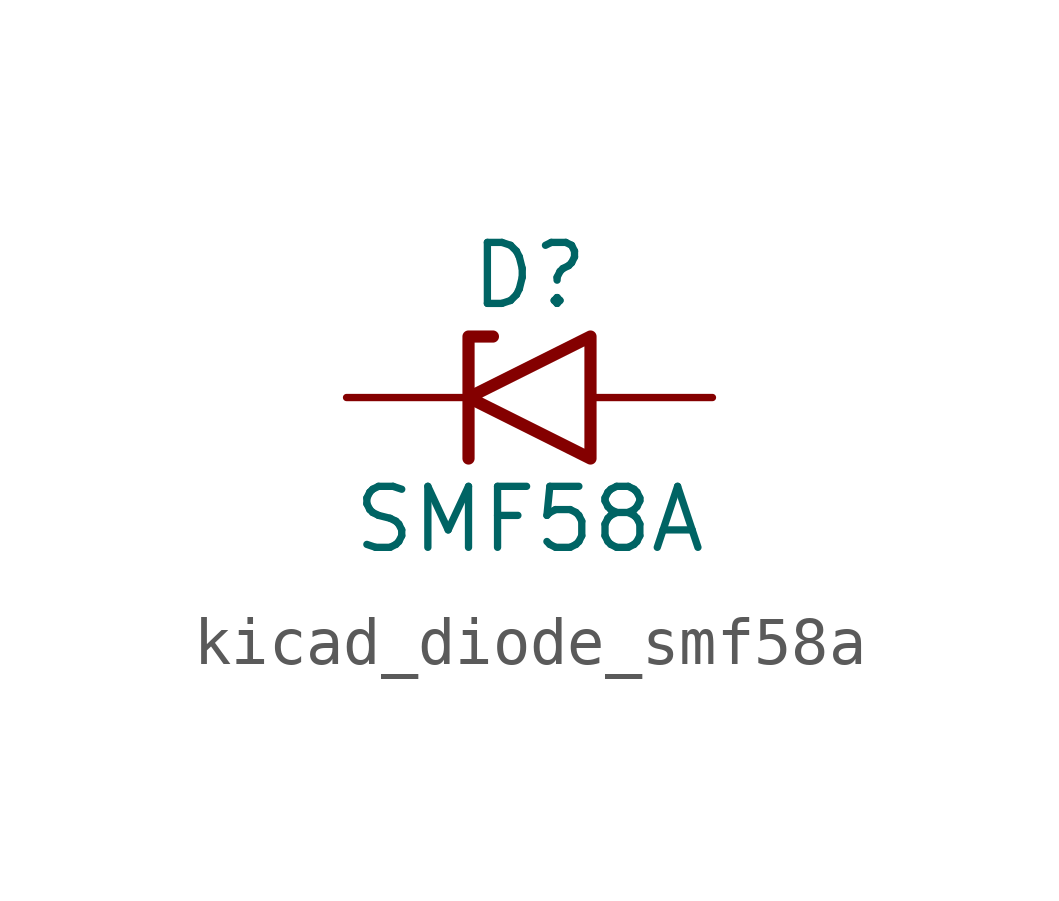
<source format=kicad_sym>
(kicad_symbol_lib
  (version 20220914)
  (generator kicad_symbol_editor)
  (symbol "kicad_diode_smf58a"
    (pin_numbers hide)
    (pin_names
      (offset 1.016) hide)
    (property "Reference" "D"
      (at 0 2.54 0)
      (effects (font (size 1.27 1.27))))
    (property "Value" "SMF58A"
      (at 0 -2.54 0)
      (effects (font (size 1.27 1.27))))
    (symbol "kicad_diode_smf58a_0_1"
      (polyline (pts (xy -0.762 1.27) (xy -1.27 1.27) (xy -1.27 -1.27)) (stroke (width 0.254) (type default)) (fill (type none)))
      (polyline (pts (xy 1.27 1.27) (xy 1.27 -1.27) (xy -1.27 0) (xy 1.27 1.27)) (stroke (width 0.254) (type default)) (fill (type none))))
    (symbol "kicad_diode_smf58a_1_1"
      (pin passive line (at -3.81 0 0) (length 2.54) (name "A1" (effects (font (size 1.27 1.27)))) (number "1" (effects (font (size 1.27 1.27)))))
      (pin passive line (at 3.81 0 180) (length 2.54) (name "A2" (effects (font (size 1.27 1.27)))) (number "2" (effects (font (size 1.27 1.27))))))))
</source>
